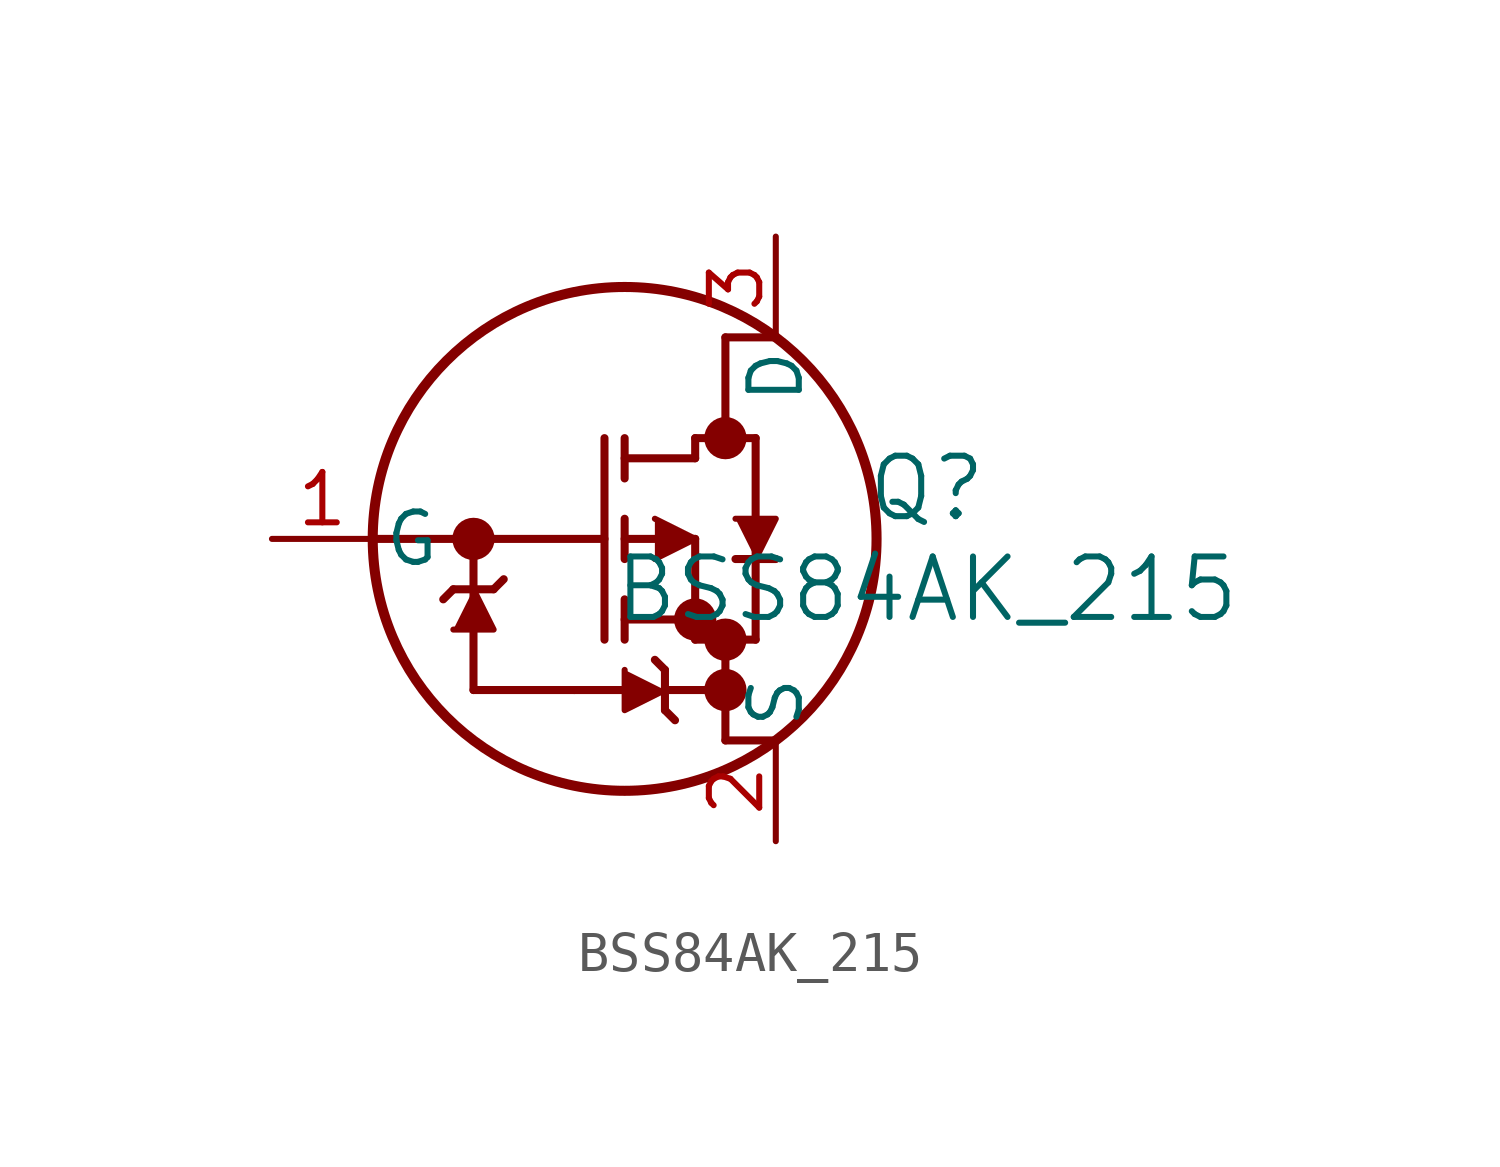
<source format=kicad_sym>
(kicad_symbol_lib
  (version 20231120)
  (generator "kicad_symbol_editor")
  (generator_version "8.0")
  (symbol "BSS84AK_215"
    (pin_names
      (offset 0.254))
    (property "Reference" "Q"
      (at 16.51 1.27 0)
      (effects (font (size 1.524 1.524))))
    (property "Value" "BSS84AK_215"
      (at 16.51 -1.27 0)
      (effects (font (size 1.524 1.524))))
    (symbol "BSS84AK_215_0_1"
      (polyline (pts (xy 2.54 0) (xy 8.382 0)) (stroke (width 0.203) (type default)) (fill (type none)))
      (polyline (pts (xy 4.318 -1.524) (xy 4.572 -1.27)) (stroke (width 0.203) (type default)) (fill (type none)))
      (polyline (pts (xy 4.572 -1.27) (xy 5.588 -1.27)) (stroke (width 0.203) (type default)) (fill (type none)))
      (polyline (pts (xy 5.08 -3.81) (xy 5.08 0)) (stroke (width 0.203) (type default)) (fill (type none)))
      (polyline (pts (xy 5.08 -3.81) (xy 7.62 -3.81)) (stroke (width 0.203) (type default)) (fill (type none)))
      (polyline (pts (xy 5.588 -1.27) (xy 5.842 -1.016)) (stroke (width 0.203) (type default)) (fill (type none)))
      (polyline (pts (xy 7.62 -3.81) (xy 8.89 -3.81)) (stroke (width 0.203) (type default)) (fill (type none)))
      (polyline (pts (xy 8.382 -2.54) (xy 8.382 2.54)) (stroke (width 0.203) (type default)) (fill (type none)))
      (polyline (pts (xy 8.89 -2.54) (xy 8.89 -1.524)) (stroke (width 0.203) (type default)) (fill (type none)))
      (polyline (pts (xy 8.89 -2.032) (xy 10.668 -2.032)) (stroke (width 0.203) (type default)) (fill (type none)))
      (polyline (pts (xy 8.89 -0.508) (xy 8.89 0.508)) (stroke (width 0.203) (type default)) (fill (type none)))
      (polyline (pts (xy 8.89 0) (xy 10.668 0)) (stroke (width 0.203) (type default)) (fill (type none)))
      (polyline (pts (xy 8.89 1.524) (xy 8.89 2.54)) (stroke (width 0.203) (type default)) (fill (type none)))
      (polyline (pts (xy 8.89 2.032) (xy 10.668 2.032)) (stroke (width 0.203) (type default)) (fill (type none)))
      (polyline (pts (xy 9.906 -4.318) (xy 9.906 -3.302)) (stroke (width 0.203) (type default)) (fill (type none)))
      (polyline (pts (xy 9.906 -3.81) (xy 11.43 -3.81)) (stroke (width 0.203) (type default)) (fill (type none)))
      (polyline (pts (xy 9.906 -3.302) (xy 9.652 -3.048)) (stroke (width 0.203) (type default)) (fill (type none)))
      (polyline (pts (xy 10.16 -4.572) (xy 9.906 -4.318)) (stroke (width 0.203) (type default)) (fill (type none)))
      (polyline (pts (xy 10.668 -2.54) (xy 10.668 0)) (stroke (width 0.203) (type default)) (fill (type none)))
      (polyline (pts (xy 10.668 -2.54) (xy 12.192 -2.54)) (stroke (width 0.203) (type default)) (fill (type none)))
      (polyline (pts (xy 10.668 2.032) (xy 10.668 2.54)) (stroke (width 0.203) (type default)) (fill (type none)))
      (polyline (pts (xy 10.668 2.54) (xy 12.192 2.54)) (stroke (width 0.203) (type default)) (fill (type none)))
      (polyline (pts (xy 11.43 -5.08) (xy 11.43 -2.54)) (stroke (width 0.203) (type default)) (fill (type none)))
      (polyline (pts (xy 11.43 -5.08) (xy 12.7 -5.08)) (stroke (width 0.203) (type default)) (fill (type none)))
      (polyline (pts (xy 11.43 5.08) (xy 11.43 2.54)) (stroke (width 0.203) (type default)) (fill (type none)))
      (polyline (pts (xy 11.43 5.08) (xy 12.7 5.08)) (stroke (width 0.203) (type default)) (fill (type none)))
      (polyline (pts (xy 11.684 -0.508) (xy 12.7 -0.508)) (stroke (width 0.203) (type default)) (fill (type none)))
      (polyline (pts (xy 12.192 -2.54) (xy 12.192 2.54)) (stroke (width 0.203) (type default)) (fill (type none)))
      (polyline (pts (xy 4.572 -2.286) (xy 5.588 -2.286) (xy 5.08 -1.27)) (stroke (width 0) (type default)) (fill (type outline)))
      (polyline (pts (xy 8.89 -3.302) (xy 8.89 -4.318) (xy 9.906 -3.81)) (stroke (width 0) (type default)) (fill (type outline)))
      (polyline (pts (xy 9.652 0.508) (xy 10.668 0) (xy 9.652 -0.508)) (stroke (width 0) (type default)) (fill (type outline)))
      (polyline (pts (xy 11.684 0.508) (xy 12.7 0.508) (xy 12.192 -0.508)) (stroke (width 0) (type default)) (fill (type outline)))
      (circle (center 5.08 0) (radius 0.025) (stroke (width 0.508) (type default)) (fill (type none)))
      (circle (center 8.89 0) (radius 6.35) (stroke (width 0.254) (type default)) (fill (type none)))
      (circle (center 10.668 -2.032) (radius 0.025) (stroke (width 0.508) (type default)) (fill (type none)))
      (circle (center 11.43 -3.81) (radius 0.025) (stroke (width 0.508) (type default)) (fill (type none)))
      (circle (center 11.43 -2.54) (radius 0.025) (stroke (width 0.508) (type default)) (fill (type none)))
      (circle (center 11.43 2.54) (radius 0.025) (stroke (width 0.508) (type default)) (fill (type none)))
      (pin unspecified line (at 0 0 0) (length 2.54) (name "G" (effects (font (size 1.27 1.27)))) (number "1" (effects (font (size 1.27 1.27)))))
      (pin unspecified line (at 12.7 -7.62 90) (length 2.54) (name "S" (effects (font (size 1.27 1.27)))) (number "2" (effects (font (size 1.27 1.27)))))
      (pin unspecified line (at 12.7 7.62 270) (length 2.54) (name "D" (effects (font (size 1.27 1.27)))) (number "3" (effects (font (size 1.27 1.27))))))))
</source>
